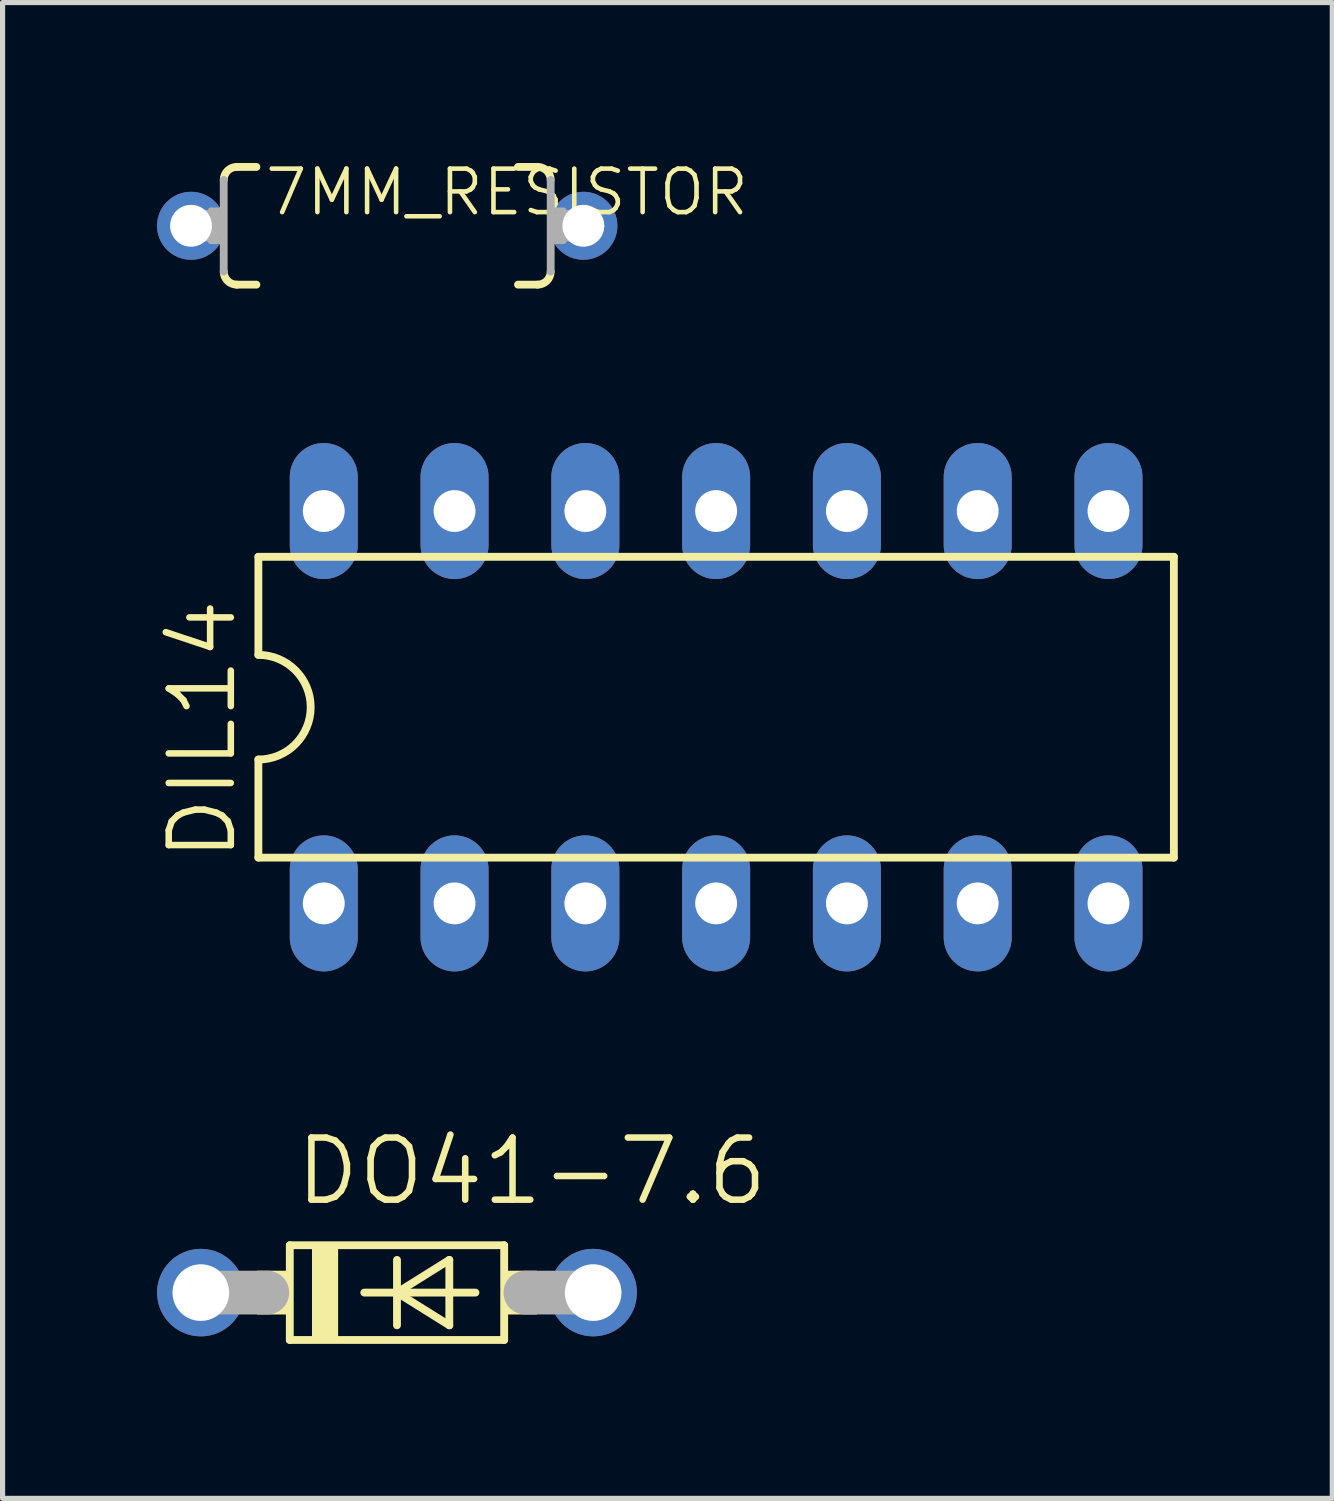
<source format=kicad_pcb>
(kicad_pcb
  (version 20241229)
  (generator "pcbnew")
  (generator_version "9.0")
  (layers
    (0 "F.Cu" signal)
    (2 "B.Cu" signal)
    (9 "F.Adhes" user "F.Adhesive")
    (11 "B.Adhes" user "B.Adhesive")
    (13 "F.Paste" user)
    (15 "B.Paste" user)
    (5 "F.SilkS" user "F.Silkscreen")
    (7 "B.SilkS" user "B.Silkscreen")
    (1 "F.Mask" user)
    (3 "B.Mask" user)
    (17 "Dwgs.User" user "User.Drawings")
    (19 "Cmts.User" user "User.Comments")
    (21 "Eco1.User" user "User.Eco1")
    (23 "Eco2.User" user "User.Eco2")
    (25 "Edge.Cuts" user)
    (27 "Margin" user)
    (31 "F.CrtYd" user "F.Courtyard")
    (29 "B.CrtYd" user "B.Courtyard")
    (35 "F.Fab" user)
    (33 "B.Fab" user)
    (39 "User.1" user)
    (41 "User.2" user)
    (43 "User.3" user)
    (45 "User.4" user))
  (footprint "7MM_RESISTOR"
    (layer "F.Cu")
    (at 4.47 1.335)
    (property "Reference" "7MM_RESISTOR" (at -2.421 -1.146 0) (layer "F.SilkS") (effects (font (size 0.845 0.845) (thickness 0.089)) (justify left top)))
    (attr through_hole)
    (fp_line (start -2.921 -1.143) (end -2.54 -1.143) (stroke (width 0.152) (type solid)) (layer "F.SilkS"))
    (fp_line (start -2.921 1.143) (end -2.54 1.143) (stroke (width 0.152) (type solid)) (layer "F.SilkS"))
    (fp_line (start 2.921 -1.143) (end 2.54 -1.143) (stroke (width 0.152) (type solid)) (layer "F.SilkS"))
    (fp_line (start 2.921 1.143) (end 2.54 1.143) (stroke (width 0.152) (type solid)) (layer "F.SilkS"))
    (fp_arc (start -3.175 -0.889) (mid -3.100605 -1.068605) (end -2.921 -1.143) (stroke (width 0.1524) (type solid)) (layer "F.SilkS"))
    (fp_arc (start -2.921 1.143) (mid -3.100605 1.068605) (end -3.175 0.889) (stroke (width 0.1524) (type solid)) (layer "F.SilkS"))
    (fp_arc (start 2.921 -1.143) (mid 3.100605 -1.068605) (end 3.175 -0.889) (stroke (width 0.1524) (type solid)) (layer "F.SilkS"))
    (fp_arc (start 3.175 0.889) (mid 3.100605 1.068605) (end 2.921 1.143) (stroke (width 0.1524) (type solid)) (layer "F.SilkS"))
    (fp_line (start -3.81 0) (end -3.429 0) (stroke (width 0.61) (type solid)) (layer "F.Fab"))
    (fp_line (start -3.175 0.889) (end -3.175 -0.889) (stroke (width 0.152) (type solid)) (layer "F.Fab"))
    (fp_line (start 3.175 0.889) (end 3.175 -0.889) (stroke (width 0.152) (type solid)) (layer "F.Fab"))
    (fp_line (start 3.429 0) (end 3.81 0) (stroke (width 0.61) (type solid)) (layer "F.Fab"))
    (fp_poly (pts (xy -3.429 0.305) (xy -3.175 0.305) (xy -3.175 -0.305) (xy -3.429 -0.305)) (stroke (width 0.1) (type solid)) (fill no) (layer "F.Fab"))
    (fp_poly (pts (xy 3.175 0.305) (xy 3.429 0.305) (xy 3.429 -0.305) (xy 3.175 -0.305)) (stroke (width 0.1) (type solid)) (fill no) (layer "F.Fab"))
    (pad "1" thru_hole circle (at -3.81 0) (size 1.321 1.321) (drill 0.813) (layers "*.Cu" "*.Mask"))
    (pad "2" thru_hole circle (at 3.81 0) (size 1.321 1.321) (drill 0.813) (layers "*.Cu" "*.Mask")))
  (footprint "DIL14"
    (layer "F.Cu")
    (at 10.858 10.685)
    (property "Reference" "DIL14" (at -9.271 3.048 90) (layer "F.SilkS") (effects (font (size 1.206 1.206) (thickness 0.127)) (justify left bottom)))
    (attr through_hole)
    (fp_line (start -8.89 -2.921) (end -8.89 -1.016) (stroke (width 0.152) (type solid)) (layer "F.SilkS"))
    (fp_line (start -8.89 2.921) (end -8.89 1.016) (stroke (width 0.152) (type solid)) (layer "F.SilkS"))
    (fp_line (start -8.89 2.921) (end 8.89 2.921) (stroke (width 0.152) (type solid)) (layer "F.SilkS"))
    (fp_line (start 8.89 -2.921) (end -8.89 -2.921) (stroke (width 0.152) (type solid)) (layer "F.SilkS"))
    (fp_line (start 8.89 -2.921) (end 8.89 2.921) (stroke (width 0.152) (type solid)) (layer "F.SilkS"))
    (fp_arc (start -8.89 -1.016) (mid -7.874 0) (end -8.89 1.016) (stroke (width 0.1524) (type solid)) (layer "F.SilkS"))
    (pad "1" thru_hole oval (at -7.62 3.81 90) (size 2.642 1.321) (drill 0.813) (layers "*.Cu" "*.Mask"))
    (pad "2" thru_hole oval (at -5.08 3.81 90) (size 2.642 1.321) (drill 0.813) (layers "*.Cu" "*.Mask"))
    (pad "3" thru_hole oval (at -2.54 3.81 90) (size 2.642 1.321) (drill 0.813) (layers "*.Cu" "*.Mask"))
    (pad "4" thru_hole oval (at 0 3.81 90) (size 2.642 1.321) (drill 0.813) (layers "*.Cu" "*.Mask"))
    (pad "5" thru_hole oval (at 2.54 3.81 90) (size 2.642 1.321) (drill 0.813) (layers "*.Cu" "*.Mask"))
    (pad "6" thru_hole oval (at 5.08 3.81 90) (size 2.642 1.321) (drill 0.813) (layers "*.Cu" "*.Mask"))
    (pad "7" thru_hole oval (at 7.62 3.81 90) (size 2.642 1.321) (drill 0.813) (layers "*.Cu" "*.Mask"))
    (pad "8" thru_hole oval (at 7.62 -3.81 90) (size 2.642 1.321) (drill 0.813) (layers "*.Cu" "*.Mask"))
    (pad "9" thru_hole oval (at 5.08 -3.81 90) (size 2.642 1.321) (drill 0.813) (layers "*.Cu" "*.Mask"))
    (pad "10" thru_hole oval (at 2.54 -3.81 90) (size 2.642 1.321) (drill 0.813) (layers "*.Cu" "*.Mask"))
    (pad "11" thru_hole oval (at 0 -3.81 90) (size 2.642 1.321) (drill 0.813) (layers "*.Cu" "*.Mask"))
    (pad "12" thru_hole oval (at -2.54 -3.81 90) (size 2.642 1.321) (drill 0.813) (layers "*.Cu" "*.Mask"))
    (pad "13" thru_hole oval (at -5.08 -3.81 90) (size 2.642 1.321) (drill 0.813) (layers "*.Cu" "*.Mask"))
    (pad "14" thru_hole oval (at -7.62 -3.81 90) (size 2.642 1.321) (drill 0.813) (layers "*.Cu" "*.Mask")))
  (footprint "DO41-7.6"
    (layer "F.Cu")
    (at 4.66 22.054)
    (property "Reference" "DO41-7.6" (at -2.032 -1.651 0) (layer "F.SilkS") (effects (font (size 1.206 1.206) (thickness 0.127)) (justify left bottom)))
    (attr through_hole)
    (fp_line (start -2.082 -0.92) (end -2.082 0.92) (stroke (width 0.152) (type solid)) (layer "F.SilkS"))
    (fp_line (start -2.082 -0.92) (end 2.082 -0.92) (stroke (width 0.152) (type solid)) (layer "F.SilkS"))
    (fp_line (start -0.635 0) (end 0 0) (stroke (width 0.152) (type solid)) (layer "F.SilkS"))
    (fp_line (start 0 -0.635) (end 0 0) (stroke (width 0.152) (type solid)) (layer "F.SilkS"))
    (fp_line (start 0 0) (end 0 0.635) (stroke (width 0.152) (type solid)) (layer "F.SilkS"))
    (fp_line (start 0 0) (end 1.016 -0.635) (stroke (width 0.152) (type solid)) (layer "F.SilkS"))
    (fp_line (start 0 0) (end 1.524 0) (stroke (width 0.152) (type solid)) (layer "F.SilkS"))
    (fp_line (start 1.016 -0.635) (end 1.016 0.635) (stroke (width 0.152) (type solid)) (layer "F.SilkS"))
    (fp_line (start 1.016 0.635) (end 0 0) (stroke (width 0.152) (type solid)) (layer "F.SilkS"))
    (fp_line (start 2.082 0.92) (end -2.082 0.92) (stroke (width 0.152) (type solid)) (layer "F.SilkS"))
    (fp_line (start 2.082 0.92) (end 2.082 -0.92) (stroke (width 0.152) (type solid)) (layer "F.SilkS"))
    (fp_poly (pts (xy -2.717 0.425) (xy -2.082 0.425) (xy -2.082 -0.425) (xy -2.717 -0.425)) (stroke (width 0) (type solid)) (fill yes) (layer "F.SilkS"))
    (fp_poly (pts (xy -1.651 0.95) (xy -1.143 0.95) (xy -1.143 -0.92) (xy -1.651 -0.92)) (stroke (width 0) (type solid)) (fill yes) (layer "F.SilkS"))
    (fp_poly (pts (xy 2.082 0.425) (xy 2.717 0.425) (xy 2.717 -0.425) (xy 2.082 -0.425)) (stroke (width 0) (type solid)) (fill yes) (layer "F.SilkS"))
    (fp_line (start -3.81 0) (end -2.519 0) (stroke (width 0.85) (type solid)) (layer "F.Fab"))
    (fp_line (start 3.81 0) (end 2.494 0) (stroke (width 0.85) (type solid)) (layer "F.Fab"))
    (pad "A" thru_hole circle (at 3.81 0) (size 1.7 1.7) (drill 1.1) (layers "*.Cu" "*.Mask"))
    (pad "C" thru_hole circle (at -3.81 0) (size 1.7 1.7) (drill 1.1) (layers "*.Cu" "*.Mask")))
  (gr_rect
    (start -3 -3)
    (end 22.825 26.051)
    (stroke (width 0.1) (type default))
    (fill no)
    (layer "Edge.Cuts")))
</source>
